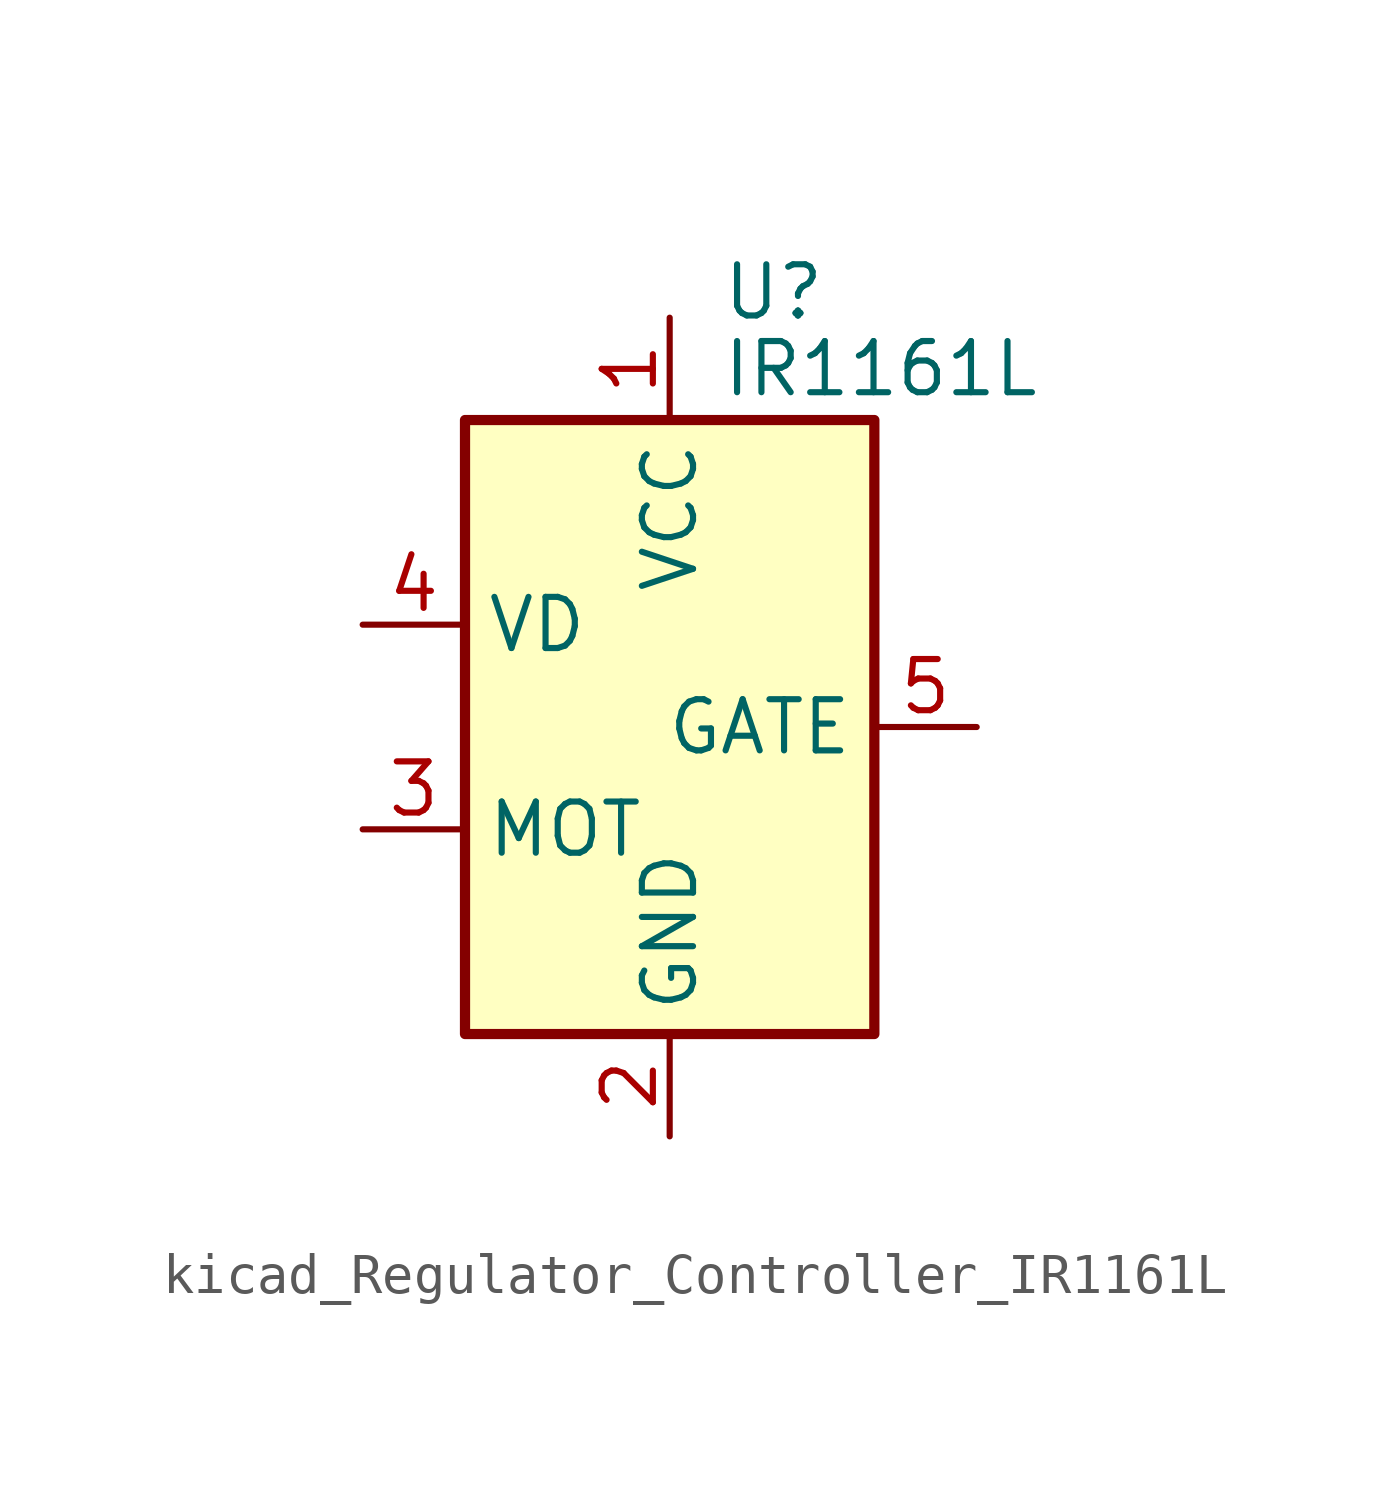
<source format=kicad_sym>
(kicad_symbol_lib
  (version 20220914)
  (generator kicad_symbol_editor)
  (symbol "kicad_Regulator_Controller_IR1161L"
    (property "Reference" "U"
      (at 1.27 10.795 0)
      (effects (font (size 1.27 1.27)) (justify left)))
    (property "Value" "IR1161L"
      (at 1.27 8.89 0)
      (effects (font (size 1.27 1.27)) (justify left)))
    (symbol "kicad_Regulator_Controller_IR1161L_0_1"
      (rectangle (start -5.08 -7.62) (end 5.08 7.62) (stroke (width 0.254) (type default)) (fill (type background))))
    (symbol "kicad_Regulator_Controller_IR1161L_1_1"
      (pin power_in line (at 0 10.16 270) (length 2.54) (name "VCC" (effects (font (size 1.27 1.27)))) (number "1" (effects (font (size 1.27 1.27)))))
      (pin power_in line (at 0 -10.16 90) (length 2.54) (name "GND" (effects (font (size 1.27 1.27)))) (number "2" (effects (font (size 1.27 1.27)))))
      (pin passive line (at -7.62 -2.54 0) (length 2.54) (name "MOT" (effects (font (size 1.27 1.27)))) (number "3" (effects (font (size 1.27 1.27)))))
      (pin input line (at -7.62 2.54 0) (length 2.54) (name "VD" (effects (font (size 1.27 1.27)))) (number "4" (effects (font (size 1.27 1.27)))))
      (pin output line (at 7.62 0 180) (length 2.54) (name "GATE" (effects (font (size 1.27 1.27)))) (number "5" (effects (font (size 1.27 1.27))))))))
</source>
